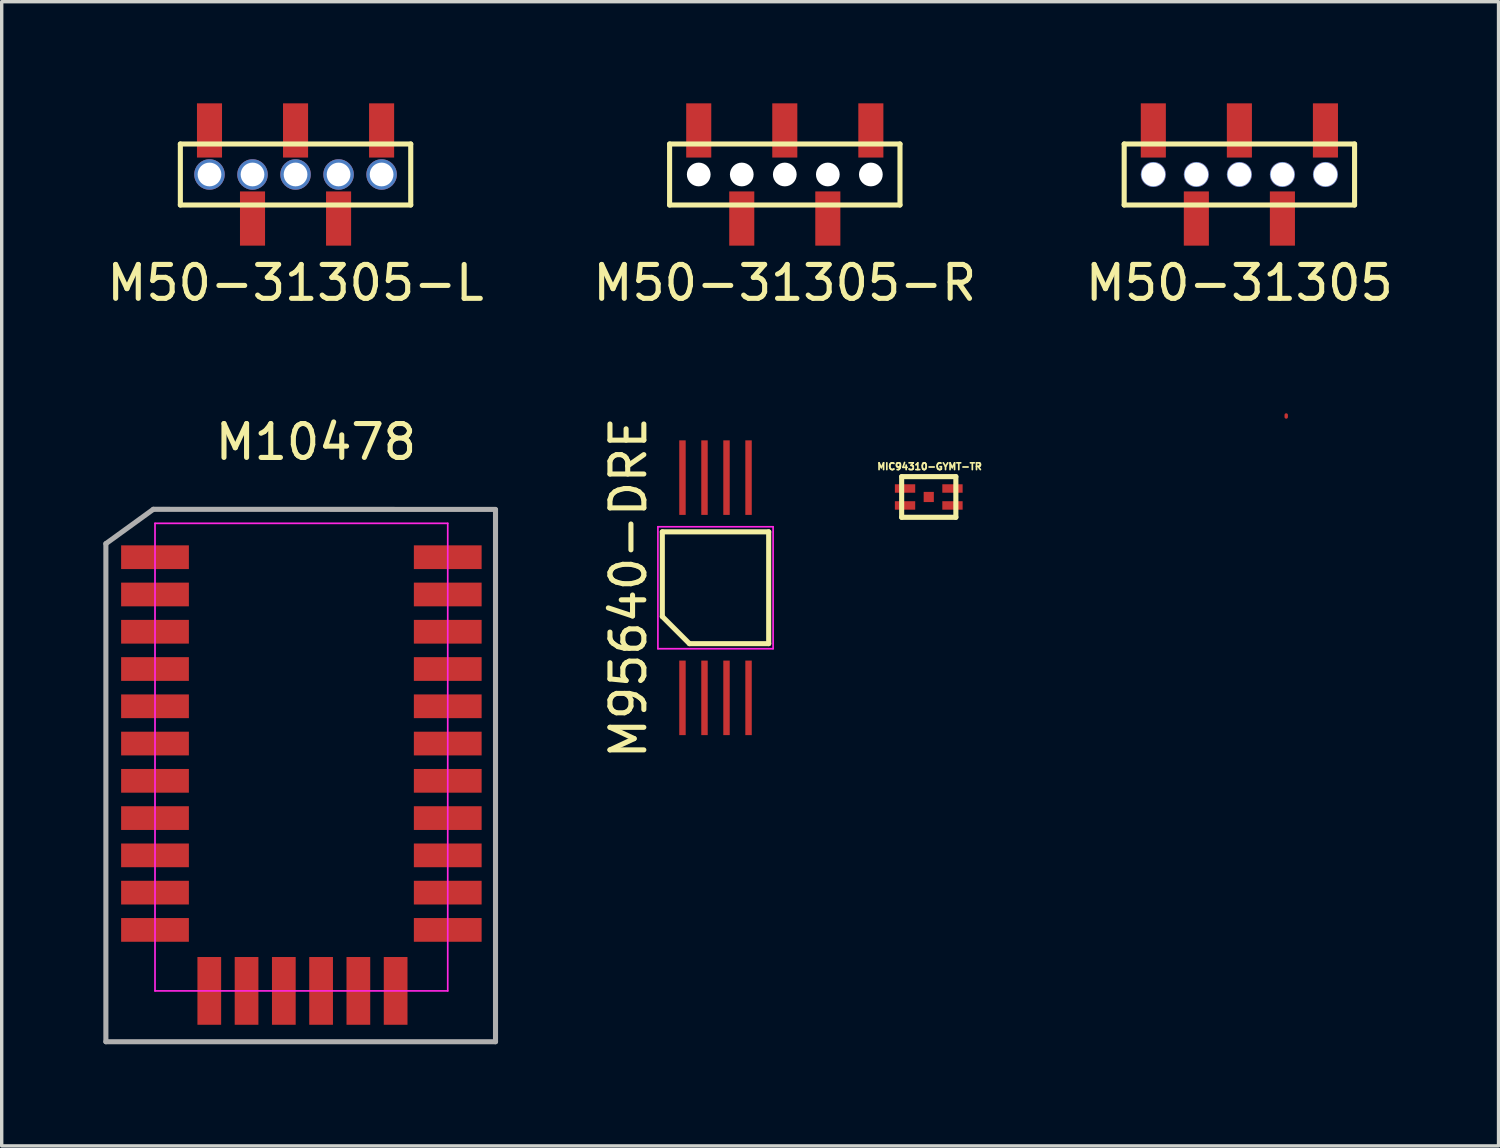
<source format=kicad_pcb>
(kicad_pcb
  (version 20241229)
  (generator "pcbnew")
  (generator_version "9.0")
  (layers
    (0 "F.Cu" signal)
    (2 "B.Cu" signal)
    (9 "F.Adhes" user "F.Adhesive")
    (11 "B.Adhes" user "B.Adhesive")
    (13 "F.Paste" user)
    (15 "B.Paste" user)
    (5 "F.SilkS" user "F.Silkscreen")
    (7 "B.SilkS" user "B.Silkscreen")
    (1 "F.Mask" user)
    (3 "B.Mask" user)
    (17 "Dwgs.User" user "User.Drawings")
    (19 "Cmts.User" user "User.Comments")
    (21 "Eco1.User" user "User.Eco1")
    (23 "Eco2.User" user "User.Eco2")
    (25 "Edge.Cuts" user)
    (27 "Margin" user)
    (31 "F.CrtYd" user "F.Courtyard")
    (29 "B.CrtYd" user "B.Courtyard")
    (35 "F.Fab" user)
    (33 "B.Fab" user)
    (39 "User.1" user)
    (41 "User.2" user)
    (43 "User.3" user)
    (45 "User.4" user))
  (footprint "M50-31305-L"
    (layer "F.Cu")
    (at 5.673 2.1)
    (property "Reference" "M50-31305-L" (at 0 3.2 0) (layer "F.SilkS") (effects (font (size 1 1) (thickness 0.15))))
    (attr through_hole)
    (fp_line (start -3.4 -0.9) (end 3.4 -0.9) (stroke (width 0.15) (type solid)) (layer "F.SilkS"))
    (fp_line (start -3.4 0.9) (end -3.4 -0.9) (stroke (width 0.15) (type solid)) (layer "F.SilkS"))
    (fp_line (start 3.4 -0.9) (end 3.4 0.9) (stroke (width 0.15) (type solid)) (layer "F.SilkS"))
    (fp_line (start 3.4 0.9) (end -3.4 0.9) (stroke (width 0.15) (type solid)) (layer "F.SilkS"))
    (pad "1" smd rect (at -2.54 -1.3) (size 0.74 1.6) (layers "F.Cu" "F.Mask" "F.Paste"))
    (pad "1" thru_hole circle (at -2.54 0) (size 0.9 0.9) (drill 0.7) (layers "*.Cu" "*.Mask"))
    (pad "2" thru_hole circle (at -1.27 0) (size 0.9 0.9) (drill 0.7) (layers "*.Cu" "*.Mask"))
    (pad "2" smd rect (at -1.27 1.3) (size 0.74 1.6) (layers "F.Cu" "F.Mask" "F.Paste"))
    (pad "3" smd rect (at 0 -1.3) (size 0.74 1.6) (layers "F.Cu" "F.Mask" "F.Paste"))
    (pad "3" thru_hole circle (at 0 0) (size 0.9 0.9) (drill 0.7) (layers "*.Cu" "*.Mask"))
    (pad "4" thru_hole circle (at 1.27 0) (size 0.9 0.9) (drill 0.7) (layers "*.Cu" "*.Mask"))
    (pad "4" smd rect (at 1.27 1.3) (size 0.74 1.6) (layers "F.Cu" "F.Mask" "F.Paste"))
    (pad "5" smd rect (at 2.54 -1.3) (size 0.74 1.6) (layers "F.Cu" "F.Mask" "F.Paste"))
    (pad "5" thru_hole circle (at 2.54 0) (size 0.9 0.9) (drill 0.7) (layers "*.Cu" "*.Mask")))
  (footprint "MIC94310-GYMT-TR"
    (layer "F.Cu")
    (at 23.662 11.868)
    (property "Reference" "MIC94310-GYMT-TR" (at 0.724 -1.148 0) (layer "F.SilkS") (effects (font (size 0.2 0.2) (thickness 0.05))))
    (attr smd)
    (fp_line (start 11.25 -2.61) (end 11.25 -2.67) (stroke (width 0.1) (type solid)) (layer "F.Cu"))
    (fp_line (start -0.1 -0.85) (end -0.1 0.35) (stroke (width 0.15) (type solid)) (layer "F.SilkS"))
    (fp_line (start -0.1 -0.85) (end 1.5 -0.85) (stroke (width 0.15) (type solid)) (layer "F.SilkS"))
    (fp_line (start -0.1 0.35) (end 1.5 0.35) (stroke (width 0.15) (type solid)) (layer "F.SilkS"))
    (fp_line (start 1.5 0.35) (end 1.5 -0.85) (stroke (width 0.15) (type solid)) (layer "F.SilkS"))
    (pad "1" smd rect (at 0 -0.5) (size 0.6 0.25) (layers "F.Cu" "F.Mask" "F.Paste"))
    (pad "2" smd rect (at 0 0) (size 0.6 0.25) (layers "F.Cu" "F.Mask" "F.Paste"))
    (pad "3" smd rect (at 1.4 0) (size 0.6 0.25) (layers "F.Cu" "F.Mask" "F.Paste"))
    (pad "4" smd rect (at 1.4 -0.5) (size 0.6 0.25) (layers "F.Cu" "F.Mask" "F.Paste"))
    (pad "5" smd rect (at 0.7 -0.25) (size 0.3 0.3) (layers "F.Cu" "F.Mask" "F.Paste")))
  (footprint "M50-31305"
    (layer "F.Cu")
    (at 33.53 2.1)
    (property "Reference" "M50-31305" (at 0 3.2 0) (layer "F.SilkS") (effects (font (size 1 1) (thickness 0.15))))
    (attr through_hole)
    (fp_line (start -3.4 -0.9) (end 3.4 -0.9) (stroke (width 0.15) (type solid)) (layer "F.SilkS"))
    (fp_line (start -3.4 0.9) (end -3.4 -0.9) (stroke (width 0.15) (type solid)) (layer "F.SilkS"))
    (fp_line (start 3.4 -0.9) (end 3.4 0.9) (stroke (width 0.15) (type solid)) (layer "F.SilkS"))
    (fp_line (start 3.4 0.9) (end -3.4 0.9) (stroke (width 0.15) (type solid)) (layer "F.SilkS"))
    (pad "" np_thru_hole circle (at -2.54 0) (size 0.74 0.74) (drill 0.7) (layers "*.Cu" "*.Mask"))
    (pad "" np_thru_hole circle (at -1.27 0) (size 0.74 0.74) (drill 0.7) (layers "*.Cu" "*.Mask"))
    (pad "" np_thru_hole circle (at 0 0) (size 0.74 0.74) (drill 0.7) (layers "*.Cu" "*.Mask"))
    (pad "" np_thru_hole circle (at 1.27 0) (size 0.74 0.74) (drill 0.7) (layers "*.Cu" "*.Mask"))
    (pad "" np_thru_hole circle (at 2.54 0) (size 0.74 0.74) (drill 0.7) (layers "*.Cu" "*.Mask"))
    (pad "1" smd rect (at -2.54 -1.3) (size 0.74 1.6) (layers "F.Cu" "F.Mask" "F.Paste"))
    (pad "2" smd rect (at -1.27 1.3) (size 0.74 1.6) (layers "F.Cu" "F.Mask" "F.Paste"))
    (pad "3" smd rect (at 0 -1.3) (size 0.74 1.6) (layers "F.Cu" "F.Mask" "F.Paste"))
    (pad "4" smd rect (at 1.27 1.3) (size 0.74 1.6) (layers "F.Cu" "F.Mask" "F.Paste"))
    (pad "5" smd rect (at 2.54 -1.3) (size 0.74 1.6) (layers "F.Cu" "F.Mask" "F.Paste")))
  (footprint "M95640-DRE"
    (layer "F.Cu")
    (at 18.068 14.297)
    (property "Reference" "M95640-DRE" (at -2.57 0 90) (layer "F.SilkS") (effects (font (size 1 1) (thickness 0.15))))
    (attr smd)
    (fp_line (start -1.57 -1.65) (end 1.57 -1.65) (stroke (width 0.15) (type solid)) (layer "F.SilkS"))
    (fp_line (start -1.57 0.85) (end -1.57 -1.65) (stroke (width 0.15) (type solid)) (layer "F.SilkS"))
    (fp_line (start -0.77 1.65) (end -1.57 0.85) (stroke (width 0.15) (type solid)) (layer "F.SilkS"))
    (fp_line (start 1.57 -1.65) (end 1.57 1.65) (stroke (width 0.15) (type solid)) (layer "F.SilkS"))
    (fp_line (start 1.57 1.65) (end -0.77 1.65) (stroke (width 0.15) (type solid)) (layer "F.SilkS"))
    (fp_line (start -1.7 -1.8) (end 1.7 -1.8) (stroke (width 0.05) (type solid)) (layer "F.CrtYd"))
    (fp_line (start -1.7 1.8) (end -1.7 -1.8) (stroke (width 0.05) (type solid)) (layer "F.CrtYd"))
    (fp_line (start 1.7 -1.8) (end 1.7 1.8) (stroke (width 0.05) (type solid)) (layer "F.CrtYd"))
    (fp_line (start 1.7 1.8) (end -1.7 1.8) (stroke (width 0.05) (type solid)) (layer "F.CrtYd"))
    (pad "1" smd rect (at -0.975 3.25) (size 0.19 2.2) (layers "F.Cu" "F.Mask" "F.Paste"))
    (pad "2" smd rect (at -0.325 3.25) (size 0.19 2.2) (layers "F.Cu" "F.Mask" "F.Paste"))
    (pad "3" smd rect (at 0.325 3.25) (size 0.19 2.2) (layers "F.Cu" "F.Mask" "F.Paste"))
    (pad "4" smd rect (at 0.975 3.25) (size 0.19 2.2) (layers "F.Cu" "F.Mask" "F.Paste"))
    (pad "5" smd rect (at 0.975 -3.25) (size 0.19 2.2) (layers "F.Cu" "F.Mask" "F.Paste"))
    (pad "6" smd rect (at 0.325 -3.25) (size 0.19 2.2) (layers "F.Cu" "F.Mask" "F.Paste"))
    (pad "7" smd rect (at -0.325 -3.25) (size 0.19 2.2) (layers "F.Cu" "F.Mask" "F.Paste"))
    (pad "8" smd rect (at -0.975 -3.25) (size 0.19 2.2) (layers "F.Cu" "F.Mask" "F.Paste")))
  (footprint "M10478"
    (layer "F.Cu")
    (at 6.275 18.896)
    (property "Reference" "M10478" (at 0 -8.9 0) (layer "F.SilkS") (effects (font (size 1 1) (thickness 0.15))))
    (attr smd)
    (fp_line (start -4.75 -6.5) (end 3.89 -6.5) (stroke (width 0.05) (type solid)) (layer "F.CrtYd"))
    (fp_line (start -4.75 7.3) (end -4.75 -6.5) (stroke (width 0.05) (type solid)) (layer "F.CrtYd"))
    (fp_line (start 3.89 -6.5) (end 3.89 7.3) (stroke (width 0.05) (type solid)) (layer "F.CrtYd"))
    (fp_line (start 3.89 7.3) (end -4.75 7.3) (stroke (width 0.05) (type solid)) (layer "F.CrtYd"))
    (fp_line (start -6.2 -5.9) (end -6.2 8.8) (stroke (width 0.15) (type solid)) (layer "F.Fab"))
    (fp_line (start -6.2 8.8) (end 5.3 8.8) (stroke (width 0.15) (type solid)) (layer "F.Fab"))
    (fp_line (start -4.8 -6.914) (end -6.2 -5.9) (stroke (width 0.15) (type solid)) (layer "F.Fab"))
    (fp_line (start -4.8 -6.914) (end 5.3 -6.911) (stroke (width 0.15) (type solid)) (layer "F.Fab"))
    (fp_line (start 5.3 8.8) (end 5.3 -6.9) (stroke (width 0.15) (type solid)) (layer "F.Fab"))
    (pad "1" smd rect (at -4.75 -5.5 90) (size 0.7 2) (layers "F.Cu" "F.Mask" "F.Paste"))
    (pad "2" smd rect (at -4.75 -4.4 90) (size 0.7 2) (layers "F.Cu" "F.Mask" "F.Paste"))
    (pad "3" smd rect (at -4.75 -3.3 90) (size 0.7 2) (layers "F.Cu" "F.Mask" "F.Paste"))
    (pad "4" smd rect (at -4.75 -2.2 90) (size 0.7 2) (layers "F.Cu" "F.Mask" "F.Paste"))
    (pad "5" smd rect (at -4.75 -1.1 90) (size 0.7 2) (layers "F.Cu" "F.Mask" "F.Paste"))
    (pad "6" smd rect (at -4.75 0 90) (size 0.7 2) (layers "F.Cu" "F.Mask" "F.Paste"))
    (pad "7" smd rect (at -4.75 1.1 90) (size 0.7 2) (layers "F.Cu" "F.Mask" "F.Paste"))
    (pad "8" smd rect (at -4.75 2.2 90) (size 0.7 2) (layers "F.Cu" "F.Mask" "F.Paste"))
    (pad "9" smd rect (at -4.75 3.3 90) (size 0.7 2) (layers "F.Cu" "F.Mask" "F.Paste"))
    (pad "10" smd rect (at -4.75 4.4 90) (size 0.7 2) (layers "F.Cu" "F.Mask" "F.Paste"))
    (pad "11" smd rect (at -4.75 5.5 90) (size 0.7 2) (layers "F.Cu" "F.Mask" "F.Paste"))
    (pad "12" smd rect (at -3.148 7.3) (size 0.7 2) (layers "F.Cu" "F.Mask" "F.Paste"))
    (pad "13" smd rect (at -2.048 7.3) (size 0.7 2) (layers "F.Cu" "F.Mask" "F.Paste"))
    (pad "14" smd rect (at -0.948 7.3) (size 0.7 2) (layers "F.Cu" "F.Mask" "F.Paste"))
    (pad "15" smd rect (at 0.152 7.3) (size 0.7 2) (layers "F.Cu" "F.Mask" "F.Paste"))
    (pad "16" smd rect (at 1.252 7.3) (size 0.7 2) (layers "F.Cu" "F.Mask" "F.Paste"))
    (pad "17" smd rect (at 2.352 7.3) (size 0.7 2) (layers "F.Cu" "F.Mask" "F.Paste"))
    (pad "18" smd rect (at 3.89 5.5 90) (size 0.7 2) (layers "F.Cu" "F.Mask" "F.Paste"))
    (pad "19" smd rect (at 3.89 4.4 90) (size 0.7 2) (layers "F.Cu" "F.Mask" "F.Paste"))
    (pad "20" smd rect (at 3.89 3.3 90) (size 0.7 2) (layers "F.Cu" "F.Mask" "F.Paste"))
    (pad "21" smd rect (at 3.89 2.2 90) (size 0.7 2) (layers "F.Cu" "F.Mask" "F.Paste"))
    (pad "22" smd rect (at 3.89 1.1 90) (size 0.7 2) (layers "F.Cu" "F.Mask" "F.Paste"))
    (pad "23" smd rect (at 3.89 0 90) (size 0.7 2) (layers "F.Cu" "F.Mask" "F.Paste"))
    (pad "24" smd rect (at 3.89 -1.1 90) (size 0.7 2) (layers "F.Cu" "F.Mask" "F.Paste"))
    (pad "25" smd rect (at 3.89 -2.2 90) (size 0.7 2) (layers "F.Cu" "F.Mask" "F.Paste"))
    (pad "26" smd rect (at 3.89 -3.3 90) (size 0.7 2) (layers "F.Cu" "F.Mask" "F.Paste"))
    (pad "27" smd rect (at 3.89 -4.4 90) (size 0.7 2) (layers "F.Cu" "F.Mask" "F.Paste"))
    (pad "28" smd rect (at 3.89 -5.5 90) (size 0.7 2) (layers "F.Cu" "F.Mask" "F.Paste")))
  (footprint "M50-31305-R"
    (layer "F.Cu")
    (at 20.113 2.1)
    (property "Reference" "M50-31305-R" (at 0 3.2 0) (layer "F.SilkS") (effects (font (size 1 1) (thickness 0.15))))
    (attr through_hole)
    (fp_line (start -3.4 -0.9) (end 3.4 -0.9) (stroke (width 0.15) (type solid)) (layer "F.SilkS"))
    (fp_line (start -3.4 0.9) (end -3.4 -0.9) (stroke (width 0.15) (type solid)) (layer "F.SilkS"))
    (fp_line (start 3.4 -0.9) (end 3.4 0.9) (stroke (width 0.15) (type solid)) (layer "F.SilkS"))
    (fp_line (start 3.4 0.9) (end -3.4 0.9) (stroke (width 0.15) (type solid)) (layer "F.SilkS"))
    (pad "" np_thru_hole circle (at -2.54 0) (size 0.7 0.7) (drill 0.7) (layers "*.Cu"))
    (pad "" np_thru_hole circle (at -1.27 0) (size 0.7 0.7) (drill 0.7) (layers "*.Cu"))
    (pad "" np_thru_hole circle (at 0 0) (size 0.7 0.7) (drill 0.7) (layers "*.Cu"))
    (pad "" np_thru_hole circle (at 1.27 0) (size 0.7 0.7) (drill 0.7) (layers "*.Cu"))
    (pad "" np_thru_hole circle (at 2.54 0) (size 0.7 0.7) (drill 0.7) (layers "*.Cu"))
    (pad "1" smd rect (at 2.54 -1.3) (size 0.74 1.6) (layers "F.Cu" "F.Mask" "F.Paste"))
    (pad "2" smd rect (at 1.27 1.3) (size 0.74 1.6) (layers "F.Cu" "F.Mask" "F.Paste"))
    (pad "3" smd rect (at 0 -1.3) (size 0.74 1.6) (layers "F.Cu" "F.Mask" "F.Paste"))
    (pad "4" smd rect (at -1.27 1.3) (size 0.74 1.6) (layers "F.Cu" "F.Mask" "F.Paste"))
    (pad "5" smd rect (at -2.54 -1.3) (size 0.74 1.6) (layers "F.Cu" "F.Mask" "F.Paste")))
  (gr_rect
    (start -3 -3)
    (end 41.179 30.771)
    (stroke (width 0.1) (type default))
    (fill no)
    (layer "Edge.Cuts")))
</source>
